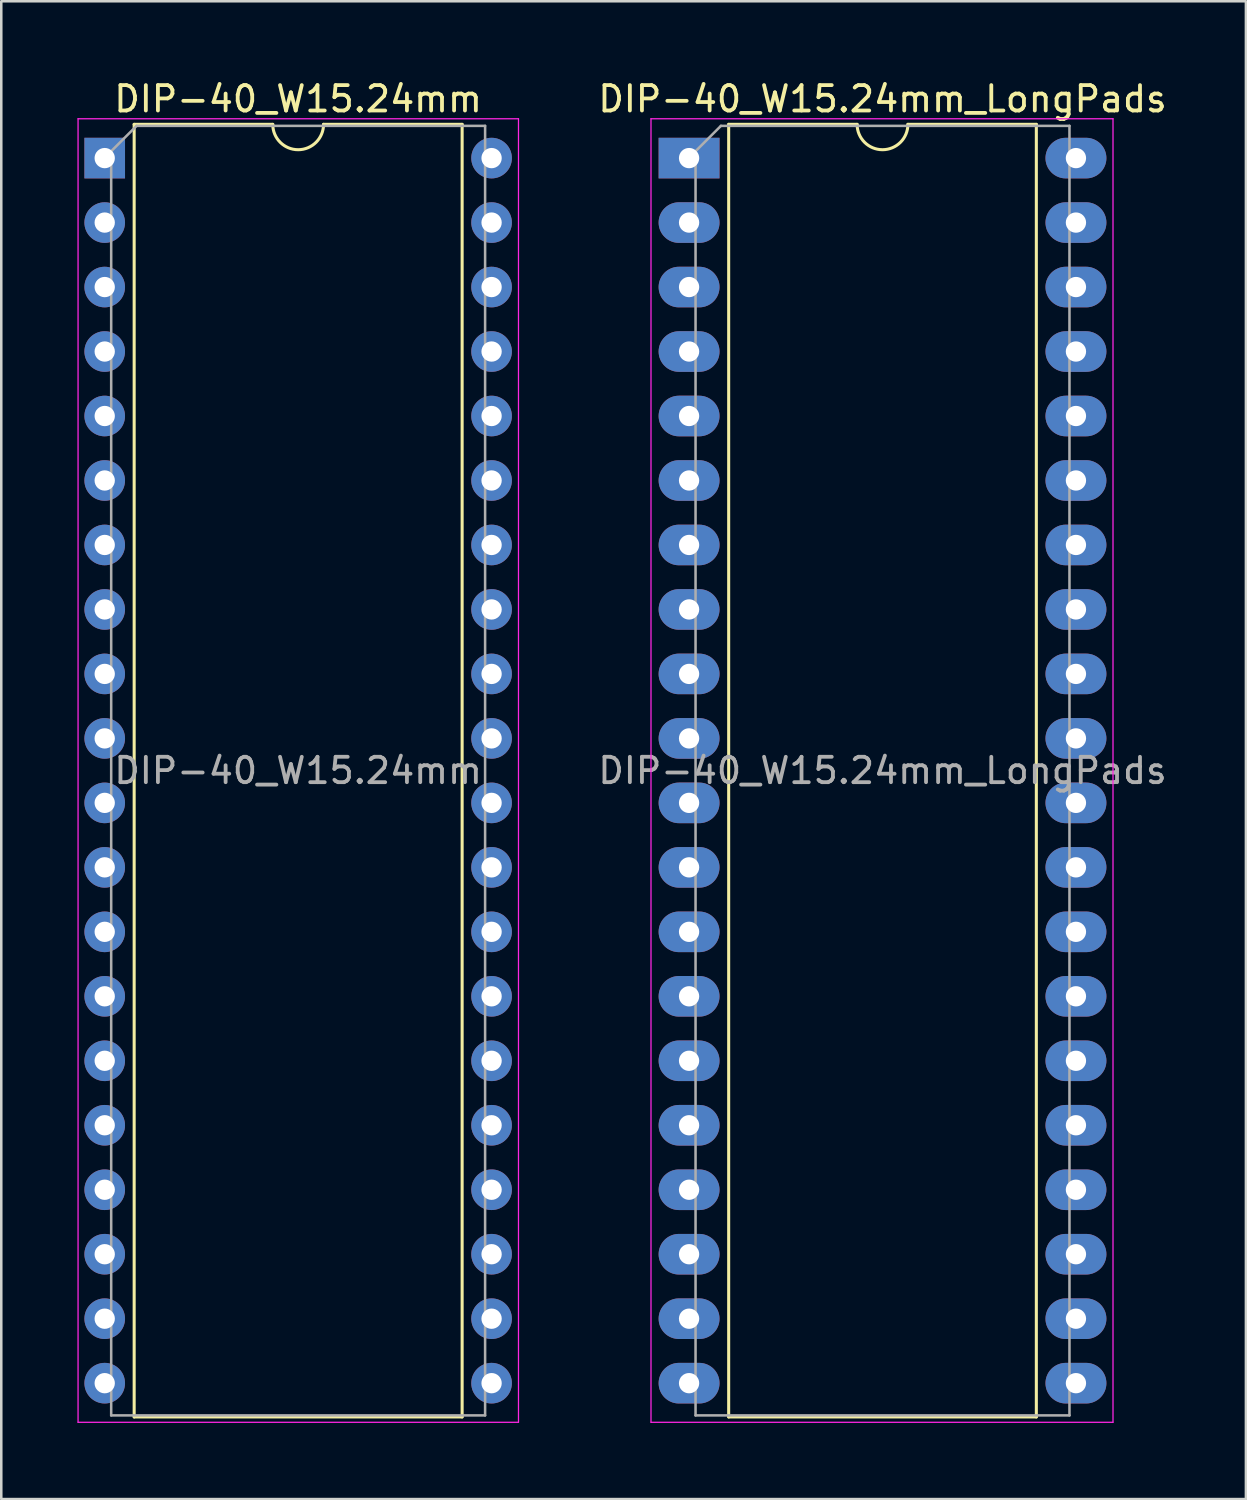
<source format=kicad_pcb>
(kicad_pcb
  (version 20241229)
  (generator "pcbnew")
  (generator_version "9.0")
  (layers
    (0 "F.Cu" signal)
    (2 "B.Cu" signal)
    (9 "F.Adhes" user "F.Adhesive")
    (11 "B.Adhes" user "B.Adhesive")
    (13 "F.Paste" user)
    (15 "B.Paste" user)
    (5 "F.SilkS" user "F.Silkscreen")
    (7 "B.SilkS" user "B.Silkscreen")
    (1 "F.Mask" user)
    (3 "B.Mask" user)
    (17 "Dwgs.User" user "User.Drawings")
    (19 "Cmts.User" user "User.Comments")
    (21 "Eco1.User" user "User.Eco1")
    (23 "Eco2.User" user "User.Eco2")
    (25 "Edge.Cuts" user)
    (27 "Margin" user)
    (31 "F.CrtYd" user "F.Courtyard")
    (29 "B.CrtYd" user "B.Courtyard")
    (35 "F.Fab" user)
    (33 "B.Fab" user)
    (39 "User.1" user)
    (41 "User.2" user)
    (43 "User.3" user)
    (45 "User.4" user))
  (footprint "DIP-40_W15.24mm_LongPads"
    (layer "F.Cu")
    (at 24.095 3.178)
    (property "Reference" "DIP-40_W15.24mm_LongPads" (at 7.62 -2.33 0) (layer "F.SilkS") (effects (font (size 1 1) (thickness 0.15))))
    (attr through_hole)
    (fp_line (start 1.56 -1.33) (end 1.56 49.59) (stroke (width 0.12) (type solid)) (layer "F.SilkS"))
    (fp_line (start 1.56 49.59) (end 13.68 49.59) (stroke (width 0.12) (type solid)) (layer "F.SilkS"))
    (fp_line (start 6.62 -1.33) (end 1.56 -1.33) (stroke (width 0.12) (type solid)) (layer "F.SilkS"))
    (fp_line (start 13.68 -1.33) (end 8.62 -1.33) (stroke (width 0.12) (type solid)) (layer "F.SilkS"))
    (fp_line (start 13.68 49.59) (end 13.68 -1.33) (stroke (width 0.12) (type solid)) (layer "F.SilkS"))
    (fp_arc (start 8.62 -1.33) (mid 7.62 -0.33) (end 6.62 -1.33) (stroke (width 0.12) (type solid)) (layer "F.SilkS"))
    (fp_line (start -1.5 -1.55) (end -1.5 49.8) (stroke (width 0.05) (type solid)) (layer "F.CrtYd"))
    (fp_line (start -1.5 49.8) (end 16.7 49.8) (stroke (width 0.05) (type solid)) (layer "F.CrtYd"))
    (fp_line (start 16.7 -1.55) (end -1.5 -1.55) (stroke (width 0.05) (type solid)) (layer "F.CrtYd"))
    (fp_line (start 16.7 49.8) (end 16.7 -1.55) (stroke (width 0.05) (type solid)) (layer "F.CrtYd"))
    (fp_line (start 0.255 -0.27) (end 1.255 -1.27) (stroke (width 0.1) (type solid)) (layer "F.Fab"))
    (fp_line (start 0.255 49.53) (end 0.255 -0.27) (stroke (width 0.1) (type solid)) (layer "F.Fab"))
    (fp_line (start 1.255 -1.27) (end 14.985 -1.27) (stroke (width 0.1) (type solid)) (layer "F.Fab"))
    (fp_line (start 14.985 -1.27) (end 14.985 49.53) (stroke (width 0.1) (type solid)) (layer "F.Fab"))
    (fp_line (start 14.985 49.53) (end 0.255 49.53) (stroke (width 0.1) (type solid)) (layer "F.Fab"))
    (fp_text user "${REFERENCE}" (at 7.62 24.13 0) (layer "F.Fab") (effects (font (size 1 1) (thickness 0.15))))
    (pad "1" thru_hole rect (at 0 0) (size 2.4 1.6) (drill 0.8) (layers "*.Cu" "*.Mask"))
    (pad "2" thru_hole oval (at 0 2.54) (size 2.4 1.6) (drill 0.8) (layers "*.Cu" "*.Mask"))
    (pad "3" thru_hole oval (at 0 5.08) (size 2.4 1.6) (drill 0.8) (layers "*.Cu" "*.Mask"))
    (pad "4" thru_hole oval (at 0 7.62) (size 2.4 1.6) (drill 0.8) (layers "*.Cu" "*.Mask"))
    (pad "5" thru_hole oval (at 0 10.16) (size 2.4 1.6) (drill 0.8) (layers "*.Cu" "*.Mask"))
    (pad "6" thru_hole oval (at 0 12.7) (size 2.4 1.6) (drill 0.8) (layers "*.Cu" "*.Mask"))
    (pad "7" thru_hole oval (at 0 15.24) (size 2.4 1.6) (drill 0.8) (layers "*.Cu" "*.Mask"))
    (pad "8" thru_hole oval (at 0 17.78) (size 2.4 1.6) (drill 0.8) (layers "*.Cu" "*.Mask"))
    (pad "9" thru_hole oval (at 0 20.32) (size 2.4 1.6) (drill 0.8) (layers "*.Cu" "*.Mask"))
    (pad "10" thru_hole oval (at 0 22.86) (size 2.4 1.6) (drill 0.8) (layers "*.Cu" "*.Mask"))
    (pad "11" thru_hole oval (at 0 25.4) (size 2.4 1.6) (drill 0.8) (layers "*.Cu" "*.Mask"))
    (pad "12" thru_hole oval (at 0 27.94) (size 2.4 1.6) (drill 0.8) (layers "*.Cu" "*.Mask"))
    (pad "13" thru_hole oval (at 0 30.48) (size 2.4 1.6) (drill 0.8) (layers "*.Cu" "*.Mask"))
    (pad "14" thru_hole oval (at 0 33.02) (size 2.4 1.6) (drill 0.8) (layers "*.Cu" "*.Mask"))
    (pad "15" thru_hole oval (at 0 35.56) (size 2.4 1.6) (drill 0.8) (layers "*.Cu" "*.Mask"))
    (pad "16" thru_hole oval (at 0 38.1) (size 2.4 1.6) (drill 0.8) (layers "*.Cu" "*.Mask"))
    (pad "17" thru_hole oval (at 0 40.64) (size 2.4 1.6) (drill 0.8) (layers "*.Cu" "*.Mask"))
    (pad "18" thru_hole oval (at 0 43.18) (size 2.4 1.6) (drill 0.8) (layers "*.Cu" "*.Mask"))
    (pad "19" thru_hole oval (at 0 45.72) (size 2.4 1.6) (drill 0.8) (layers "*.Cu" "*.Mask"))
    (pad "20" thru_hole oval (at 0 48.26) (size 2.4 1.6) (drill 0.8) (layers "*.Cu" "*.Mask"))
    (pad "21" thru_hole oval (at 15.24 48.26) (size 2.4 1.6) (drill 0.8) (layers "*.Cu" "*.Mask"))
    (pad "22" thru_hole oval (at 15.24 45.72) (size 2.4 1.6) (drill 0.8) (layers "*.Cu" "*.Mask"))
    (pad "23" thru_hole oval (at 15.24 43.18) (size 2.4 1.6) (drill 0.8) (layers "*.Cu" "*.Mask"))
    (pad "24" thru_hole oval (at 15.24 40.64) (size 2.4 1.6) (drill 0.8) (layers "*.Cu" "*.Mask"))
    (pad "25" thru_hole oval (at 15.24 38.1) (size 2.4 1.6) (drill 0.8) (layers "*.Cu" "*.Mask"))
    (pad "26" thru_hole oval (at 15.24 35.56) (size 2.4 1.6) (drill 0.8) (layers "*.Cu" "*.Mask"))
    (pad "27" thru_hole oval (at 15.24 33.02) (size 2.4 1.6) (drill 0.8) (layers "*.Cu" "*.Mask"))
    (pad "28" thru_hole oval (at 15.24 30.48) (size 2.4 1.6) (drill 0.8) (layers "*.Cu" "*.Mask"))
    (pad "29" thru_hole oval (at 15.24 27.94) (size 2.4 1.6) (drill 0.8) (layers "*.Cu" "*.Mask"))
    (pad "30" thru_hole oval (at 15.24 25.4) (size 2.4 1.6) (drill 0.8) (layers "*.Cu" "*.Mask"))
    (pad "31" thru_hole oval (at 15.24 22.86) (size 2.4 1.6) (drill 0.8) (layers "*.Cu" "*.Mask"))
    (pad "32" thru_hole oval (at 15.24 20.32) (size 2.4 1.6) (drill 0.8) (layers "*.Cu" "*.Mask"))
    (pad "33" thru_hole oval (at 15.24 17.78) (size 2.4 1.6) (drill 0.8) (layers "*.Cu" "*.Mask"))
    (pad "34" thru_hole oval (at 15.24 15.24) (size 2.4 1.6) (drill 0.8) (layers "*.Cu" "*.Mask"))
    (pad "35" thru_hole oval (at 15.24 12.7) (size 2.4 1.6) (drill 0.8) (layers "*.Cu" "*.Mask"))
    (pad "36" thru_hole oval (at 15.24 10.16) (size 2.4 1.6) (drill 0.8) (layers "*.Cu" "*.Mask"))
    (pad "37" thru_hole oval (at 15.24 7.62) (size 2.4 1.6) (drill 0.8) (layers "*.Cu" "*.Mask"))
    (pad "38" thru_hole oval (at 15.24 5.08) (size 2.4 1.6) (drill 0.8) (layers "*.Cu" "*.Mask"))
    (pad "39" thru_hole oval (at 15.24 2.54) (size 2.4 1.6) (drill 0.8) (layers "*.Cu" "*.Mask"))
    (pad "40" thru_hole oval (at 15.24 0) (size 2.4 1.6) (drill 0.8) (layers "*.Cu" "*.Mask")))
  (footprint "DIP-40_W15.24mm"
    (layer "F.Cu")
    (at 1.075 3.178)
    (property "Reference" "DIP-40_W15.24mm" (at 7.62 -2.33 0) (layer "F.SilkS") (effects (font (size 1 1) (thickness 0.15))))
    (attr through_hole)
    (fp_line (start 1.16 -1.33) (end 1.16 49.59) (stroke (width 0.12) (type solid)) (layer "F.SilkS"))
    (fp_line (start 1.16 49.59) (end 14.08 49.59) (stroke (width 0.12) (type solid)) (layer "F.SilkS"))
    (fp_line (start 6.62 -1.33) (end 1.16 -1.33) (stroke (width 0.12) (type solid)) (layer "F.SilkS"))
    (fp_line (start 14.08 -1.33) (end 8.62 -1.33) (stroke (width 0.12) (type solid)) (layer "F.SilkS"))
    (fp_line (start 14.08 49.59) (end 14.08 -1.33) (stroke (width 0.12) (type solid)) (layer "F.SilkS"))
    (fp_arc (start 8.62 -1.33) (mid 7.62 -0.33) (end 6.62 -1.33) (stroke (width 0.12) (type solid)) (layer "F.SilkS"))
    (fp_line (start -1.05 -1.55) (end -1.05 49.8) (stroke (width 0.05) (type solid)) (layer "F.CrtYd"))
    (fp_line (start -1.05 49.8) (end 16.3 49.8) (stroke (width 0.05) (type solid)) (layer "F.CrtYd"))
    (fp_line (start 16.3 -1.55) (end -1.05 -1.55) (stroke (width 0.05) (type solid)) (layer "F.CrtYd"))
    (fp_line (start 16.3 49.8) (end 16.3 -1.55) (stroke (width 0.05) (type solid)) (layer "F.CrtYd"))
    (fp_line (start 0.255 -0.27) (end 1.255 -1.27) (stroke (width 0.1) (type solid)) (layer "F.Fab"))
    (fp_line (start 0.255 49.53) (end 0.255 -0.27) (stroke (width 0.1) (type solid)) (layer "F.Fab"))
    (fp_line (start 1.255 -1.27) (end 14.985 -1.27) (stroke (width 0.1) (type solid)) (layer "F.Fab"))
    (fp_line (start 14.985 -1.27) (end 14.985 49.53) (stroke (width 0.1) (type solid)) (layer "F.Fab"))
    (fp_line (start 14.985 49.53) (end 0.255 49.53) (stroke (width 0.1) (type solid)) (layer "F.Fab"))
    (fp_text user "${REFERENCE}" (at 7.62 24.13 0) (layer "F.Fab") (effects (font (size 1 1) (thickness 0.15))))
    (pad "1" thru_hole rect (at 0 0) (size 1.6 1.6) (drill 0.8) (layers "*.Cu" "*.Mask"))
    (pad "2" thru_hole oval (at 0 2.54) (size 1.6 1.6) (drill 0.8) (layers "*.Cu" "*.Mask"))
    (pad "3" thru_hole oval (at 0 5.08) (size 1.6 1.6) (drill 0.8) (layers "*.Cu" "*.Mask"))
    (pad "4" thru_hole oval (at 0 7.62) (size 1.6 1.6) (drill 0.8) (layers "*.Cu" "*.Mask"))
    (pad "5" thru_hole oval (at 0 10.16) (size 1.6 1.6) (drill 0.8) (layers "*.Cu" "*.Mask"))
    (pad "6" thru_hole oval (at 0 12.7) (size 1.6 1.6) (drill 0.8) (layers "*.Cu" "*.Mask"))
    (pad "7" thru_hole oval (at 0 15.24) (size 1.6 1.6) (drill 0.8) (layers "*.Cu" "*.Mask"))
    (pad "8" thru_hole oval (at 0 17.78) (size 1.6 1.6) (drill 0.8) (layers "*.Cu" "*.Mask"))
    (pad "9" thru_hole oval (at 0 20.32) (size 1.6 1.6) (drill 0.8) (layers "*.Cu" "*.Mask"))
    (pad "10" thru_hole oval (at 0 22.86) (size 1.6 1.6) (drill 0.8) (layers "*.Cu" "*.Mask"))
    (pad "11" thru_hole oval (at 0 25.4) (size 1.6 1.6) (drill 0.8) (layers "*.Cu" "*.Mask"))
    (pad "12" thru_hole oval (at 0 27.94) (size 1.6 1.6) (drill 0.8) (layers "*.Cu" "*.Mask"))
    (pad "13" thru_hole oval (at 0 30.48) (size 1.6 1.6) (drill 0.8) (layers "*.Cu" "*.Mask"))
    (pad "14" thru_hole oval (at 0 33.02) (size 1.6 1.6) (drill 0.8) (layers "*.Cu" "*.Mask"))
    (pad "15" thru_hole oval (at 0 35.56) (size 1.6 1.6) (drill 0.8) (layers "*.Cu" "*.Mask"))
    (pad "16" thru_hole oval (at 0 38.1) (size 1.6 1.6) (drill 0.8) (layers "*.Cu" "*.Mask"))
    (pad "17" thru_hole oval (at 0 40.64) (size 1.6 1.6) (drill 0.8) (layers "*.Cu" "*.Mask"))
    (pad "18" thru_hole oval (at 0 43.18) (size 1.6 1.6) (drill 0.8) (layers "*.Cu" "*.Mask"))
    (pad "19" thru_hole oval (at 0 45.72) (size 1.6 1.6) (drill 0.8) (layers "*.Cu" "*.Mask"))
    (pad "20" thru_hole oval (at 0 48.26) (size 1.6 1.6) (drill 0.8) (layers "*.Cu" "*.Mask"))
    (pad "21" thru_hole oval (at 15.24 48.26) (size 1.6 1.6) (drill 0.8) (layers "*.Cu" "*.Mask"))
    (pad "22" thru_hole oval (at 15.24 45.72) (size 1.6 1.6) (drill 0.8) (layers "*.Cu" "*.Mask"))
    (pad "23" thru_hole oval (at 15.24 43.18) (size 1.6 1.6) (drill 0.8) (layers "*.Cu" "*.Mask"))
    (pad "24" thru_hole oval (at 15.24 40.64) (size 1.6 1.6) (drill 0.8) (layers "*.Cu" "*.Mask"))
    (pad "25" thru_hole oval (at 15.24 38.1) (size 1.6 1.6) (drill 0.8) (layers "*.Cu" "*.Mask"))
    (pad "26" thru_hole oval (at 15.24 35.56) (size 1.6 1.6) (drill 0.8) (layers "*.Cu" "*.Mask"))
    (pad "27" thru_hole oval (at 15.24 33.02) (size 1.6 1.6) (drill 0.8) (layers "*.Cu" "*.Mask"))
    (pad "28" thru_hole oval (at 15.24 30.48) (size 1.6 1.6) (drill 0.8) (layers "*.Cu" "*.Mask"))
    (pad "29" thru_hole oval (at 15.24 27.94) (size 1.6 1.6) (drill 0.8) (layers "*.Cu" "*.Mask"))
    (pad "30" thru_hole oval (at 15.24 25.4) (size 1.6 1.6) (drill 0.8) (layers "*.Cu" "*.Mask"))
    (pad "31" thru_hole oval (at 15.24 22.86) (size 1.6 1.6) (drill 0.8) (layers "*.Cu" "*.Mask"))
    (pad "32" thru_hole oval (at 15.24 20.32) (size 1.6 1.6) (drill 0.8) (layers "*.Cu" "*.Mask"))
    (pad "33" thru_hole oval (at 15.24 17.78) (size 1.6 1.6) (drill 0.8) (layers "*.Cu" "*.Mask"))
    (pad "34" thru_hole oval (at 15.24 15.24) (size 1.6 1.6) (drill 0.8) (layers "*.Cu" "*.Mask"))
    (pad "35" thru_hole oval (at 15.24 12.7) (size 1.6 1.6) (drill 0.8) (layers "*.Cu" "*.Mask"))
    (pad "36" thru_hole oval (at 15.24 10.16) (size 1.6 1.6) (drill 0.8) (layers "*.Cu" "*.Mask"))
    (pad "37" thru_hole oval (at 15.24 7.62) (size 1.6 1.6) (drill 0.8) (layers "*.Cu" "*.Mask"))
    (pad "38" thru_hole oval (at 15.24 5.08) (size 1.6 1.6) (drill 0.8) (layers "*.Cu" "*.Mask"))
    (pad "39" thru_hole oval (at 15.24 2.54) (size 1.6 1.6) (drill 0.8) (layers "*.Cu" "*.Mask"))
    (pad "40" thru_hole oval (at 15.24 0) (size 1.6 1.6) (drill 0.8) (layers "*.Cu" "*.Mask")))
  (gr_rect
    (start -3 -3)
    (end 46.031 56.003)
    (stroke (width 0.1) (type default))
    (fill no)
    (layer "Edge.Cuts")))
</source>
